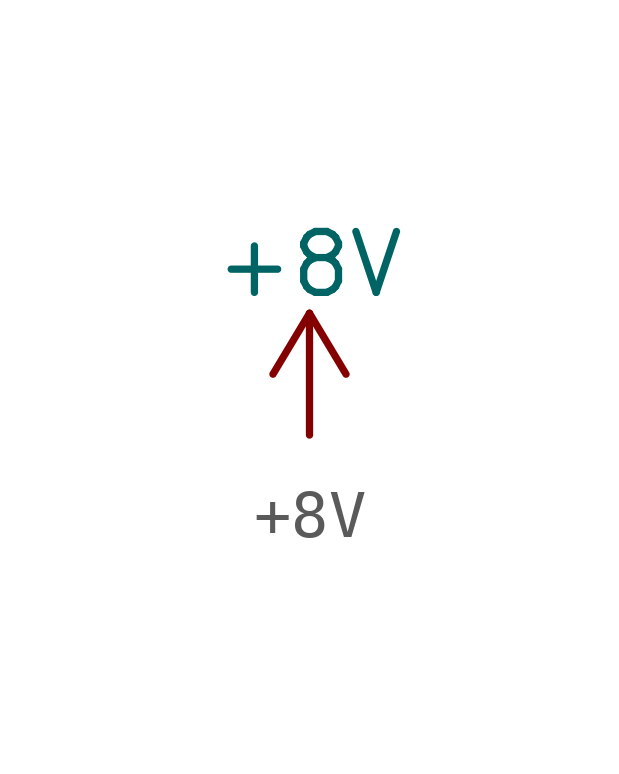
<source format=kicad_sym>
(kicad_symbol_lib
  (version 20231120)
  (generator "kicad_symbol_editor")
  (generator_version "8.0")
  (symbol "+8V"
    (power)
    (pin_names
      (offset 0))
    (property "Reference" "#PWR"
      (at 0 -3.81 0)
      (effects (font (size 1.27 1.27)) (hide yes)))
    (property "Value" "+8V"
      (at 0 3.556 0)
      (effects (font (size 1.27 1.27))))
    (symbol "+8V_0_1"
      (polyline (pts (xy -0.762 1.27) (xy 0 2.54)) (stroke (width 0) (type default)) (fill (type none)))
      (polyline (pts (xy 0 0) (xy 0 2.54)) (stroke (width 0) (type default)) (fill (type none)))
      (polyline (pts (xy 0 2.54) (xy 0.762 1.27)) (stroke (width 0) (type default)) (fill (type none))))
    (symbol "+8V_1_1"
      (pin power_in line (at 0 0 90) (length 0) hide (name "+8V" (effects (font (size 1.27 1.27)))) (number "1" (effects (font (size 1.27 1.27))))))))
</source>
